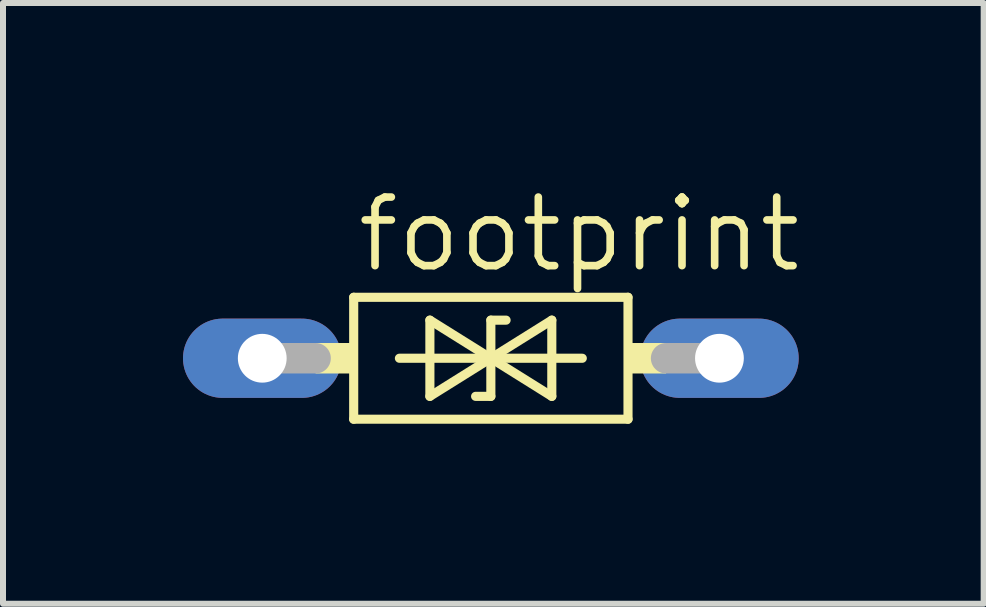
<source format=kicad_pcb>
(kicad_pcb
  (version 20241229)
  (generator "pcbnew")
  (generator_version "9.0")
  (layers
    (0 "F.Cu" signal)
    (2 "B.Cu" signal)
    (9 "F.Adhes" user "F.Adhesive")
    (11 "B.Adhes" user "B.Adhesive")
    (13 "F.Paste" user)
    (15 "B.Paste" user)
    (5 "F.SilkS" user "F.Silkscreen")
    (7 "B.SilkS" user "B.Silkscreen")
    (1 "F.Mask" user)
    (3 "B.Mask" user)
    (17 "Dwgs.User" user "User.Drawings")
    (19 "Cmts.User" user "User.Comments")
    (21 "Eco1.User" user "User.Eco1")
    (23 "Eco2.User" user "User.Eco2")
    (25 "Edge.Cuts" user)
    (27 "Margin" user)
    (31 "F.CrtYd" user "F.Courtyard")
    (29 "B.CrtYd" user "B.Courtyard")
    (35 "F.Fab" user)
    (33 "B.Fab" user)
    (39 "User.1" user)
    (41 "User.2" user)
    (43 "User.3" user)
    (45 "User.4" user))
  (footprint "footprint"
    (layer "F.Cu")
    (at 5.131 2.921)
    (property "Reference" "footprint" (at -2.286 -1.397 0) (layer "F.SilkS") (effects (font (size 1.143 1.143) (thickness 0.127)) (justify left bottom)))
    (fp_line (start -2.286 -1.016) (end -2.286 1.016) (stroke (width 0.152) (type solid)) (layer "F.SilkS"))
    (fp_line (start -2.286 1.016) (end 2.286 1.016) (stroke (width 0.152) (type solid)) (layer "F.SilkS"))
    (fp_line (start -1.016 -0.635) (end 0 0) (stroke (width 0.152) (type solid)) (layer "F.SilkS"))
    (fp_line (start -1.016 0.635) (end -1.016 -0.635) (stroke (width 0.152) (type solid)) (layer "F.SilkS"))
    (fp_line (start -0.254 0.635) (end 0 0.635) (stroke (width 0.152) (type solid)) (layer "F.SilkS"))
    (fp_line (start 0 -0.635) (end 0 0) (stroke (width 0.152) (type solid)) (layer "F.SilkS"))
    (fp_line (start 0 0) (end -1.524 0) (stroke (width 0.152) (type solid)) (layer "F.SilkS"))
    (fp_line (start 0 0) (end -1.016 0.635) (stroke (width 0.152) (type solid)) (layer "F.SilkS"))
    (fp_line (start 0 0) (end 1.016 -0.635) (stroke (width 0.152) (type solid)) (layer "F.SilkS"))
    (fp_line (start 0 0) (end 1.524 0) (stroke (width 0.152) (type solid)) (layer "F.SilkS"))
    (fp_line (start 0 0.635) (end 0 0) (stroke (width 0.152) (type solid)) (layer "F.SilkS"))
    (fp_line (start 0.254 -0.635) (end 0 -0.635) (stroke (width 0.152) (type solid)) (layer "F.SilkS"))
    (fp_line (start 1.016 -0.635) (end 1.016 0.635) (stroke (width 0.152) (type solid)) (layer "F.SilkS"))
    (fp_line (start 1.016 0.635) (end 0 0) (stroke (width 0.152) (type solid)) (layer "F.SilkS"))
    (fp_line (start 2.286 -1.016) (end -2.286 -1.016) (stroke (width 0.152) (type solid)) (layer "F.SilkS"))
    (fp_line (start 2.286 1.016) (end 2.286 -1.016) (stroke (width 0.152) (type solid)) (layer "F.SilkS"))
    (fp_poly (pts (xy -2.921 0.254) (xy -2.286 0.254) (xy -2.286 -0.254) (xy -2.921 -0.254)) (stroke (width 0) (type solid)) (fill yes) (layer "F.SilkS"))
    (fp_poly (pts (xy 2.286 0.254) (xy 2.921 0.254) (xy 2.921 -0.254) (xy 2.286 -0.254)) (stroke (width 0) (type solid)) (fill yes) (layer "F.SilkS"))
    (fp_line (start -3.81 0) (end -2.921 0) (stroke (width 0.508) (type solid)) (layer "F.Fab"))
    (fp_line (start 3.81 0) (end 2.921 0) (stroke (width 0.508) (type solid)) (layer "F.Fab"))
    (pad "1" thru_hole oval (at -3.81 0) (size 2.642 1.321) (drill 0.813) (layers "*.Cu" "*.Mask"))
    (pad "2" thru_hole oval (at 3.81 0) (size 2.642 1.321) (drill 0.813) (layers "*.Cu" "*.Mask")))
  (gr_rect
    (start -3 -3)
    (end 13.345 7.013)
    (stroke (width 0.1) (type default))
    (fill no)
    (layer "Edge.Cuts")))
</source>
